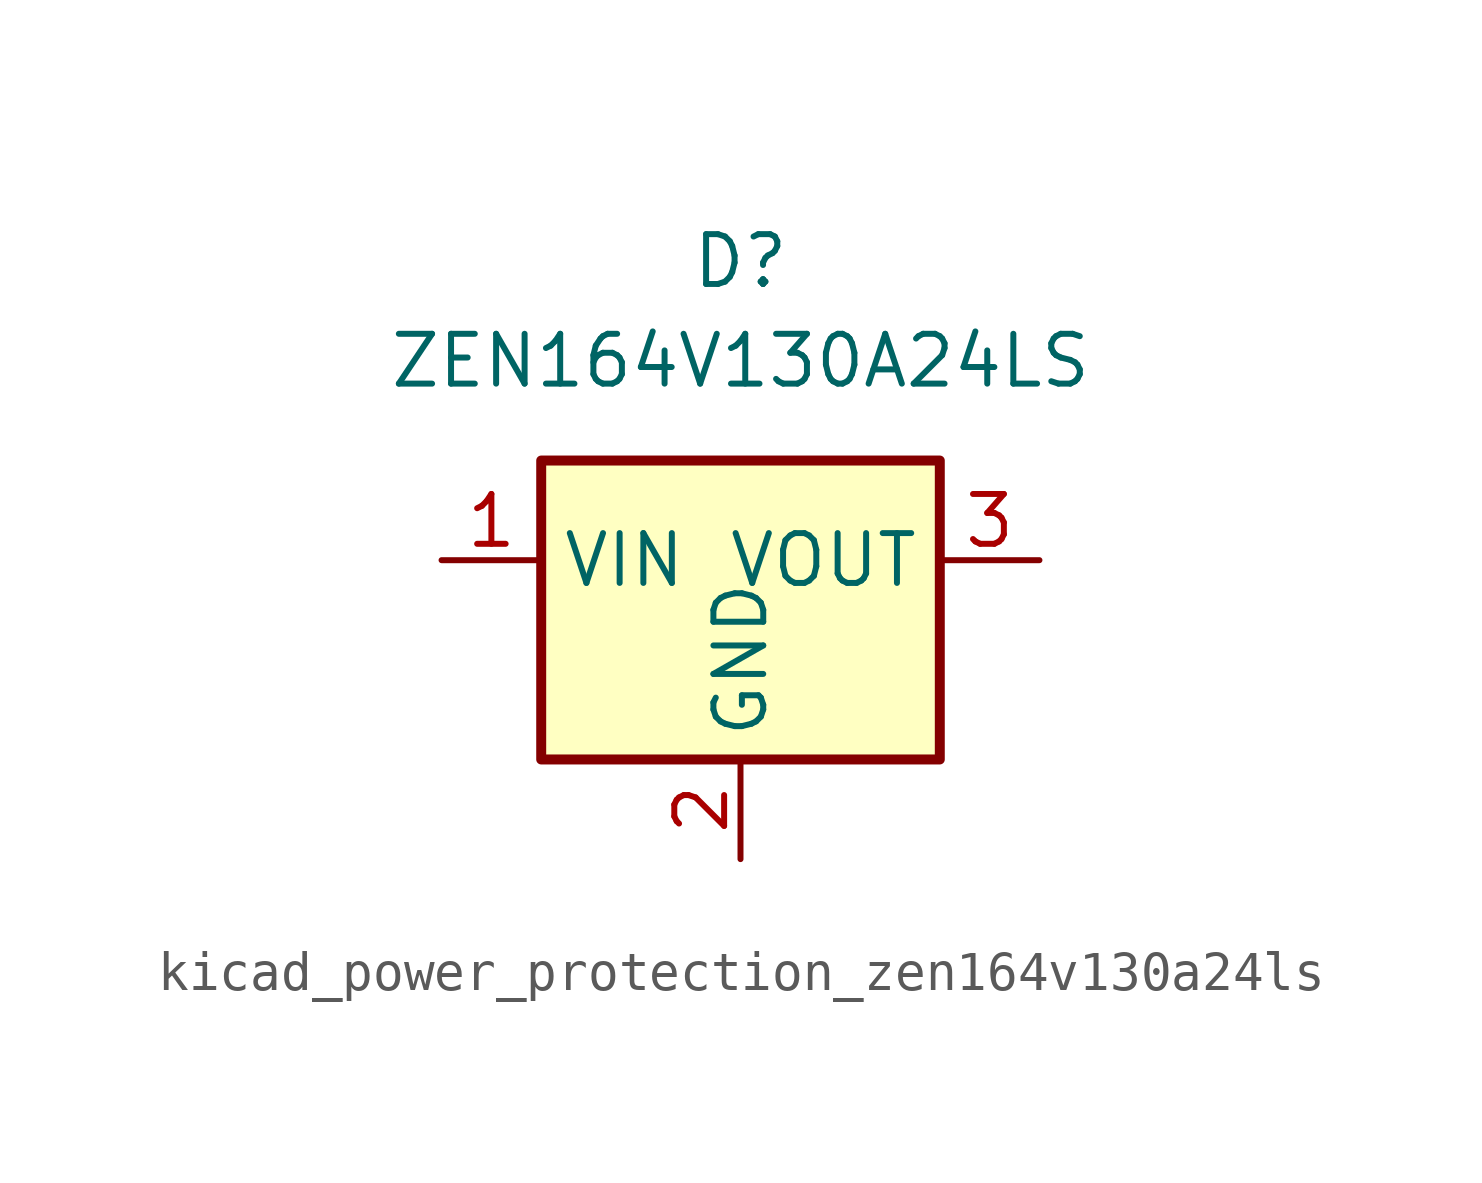
<source format=kicad_sym>
(kicad_symbol_lib
  (version 20220914)
  (generator kicad_symbol_editor)
  (symbol "kicad_power_protection_zen164v130a24ls"
    (property "Reference" "D"
      (at 0 10.16 0)
      (effects (font (size 1.27 1.27))))
    (property "Value" "ZEN164V130A24LS"
      (at 0 7.62 0)
      (effects (font (size 1.27 1.27))))
    (symbol "kicad_power_protection_zen164v130a24ls_0_1"
      (rectangle (start -5.08 5.08) (end 5.08 -2.54) (stroke (width 0.254) (type default)) (fill (type background))))
    (symbol "kicad_power_protection_zen164v130a24ls_1_1"
      (pin passive line (at -7.62 2.54 0) (length 2.54) (name "VIN" (effects (font (size 1.27 1.27)))) (number "1" (effects (font (size 1.27 1.27)))))
      (pin power_in line (at 0 -5.08 90) (length 2.54) (name "GND" (effects (font (size 1.27 1.27)))) (number "2" (effects (font (size 1.27 1.27)))))
      (pin passive line (at 7.62 2.54 180) (length 2.54) (name "VOUT" (effects (font (size 1.27 1.27)))) (number "3" (effects (font (size 1.27 1.27))))))))
</source>
